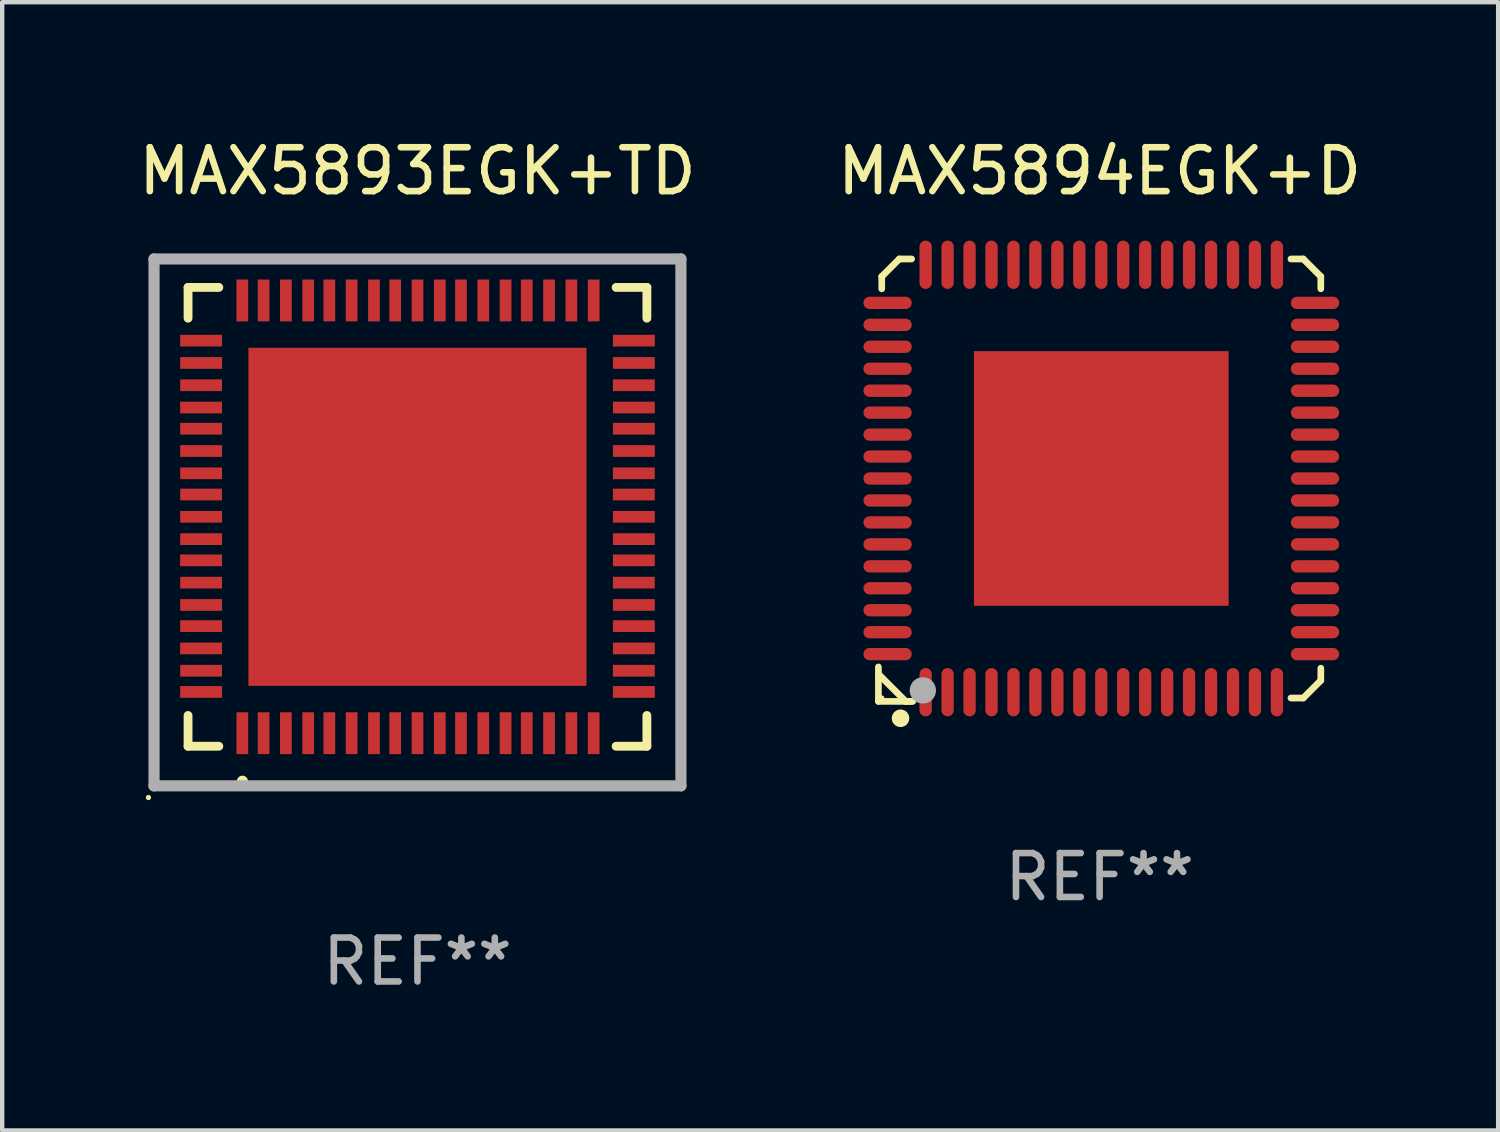
<source format=kicad_pcb>
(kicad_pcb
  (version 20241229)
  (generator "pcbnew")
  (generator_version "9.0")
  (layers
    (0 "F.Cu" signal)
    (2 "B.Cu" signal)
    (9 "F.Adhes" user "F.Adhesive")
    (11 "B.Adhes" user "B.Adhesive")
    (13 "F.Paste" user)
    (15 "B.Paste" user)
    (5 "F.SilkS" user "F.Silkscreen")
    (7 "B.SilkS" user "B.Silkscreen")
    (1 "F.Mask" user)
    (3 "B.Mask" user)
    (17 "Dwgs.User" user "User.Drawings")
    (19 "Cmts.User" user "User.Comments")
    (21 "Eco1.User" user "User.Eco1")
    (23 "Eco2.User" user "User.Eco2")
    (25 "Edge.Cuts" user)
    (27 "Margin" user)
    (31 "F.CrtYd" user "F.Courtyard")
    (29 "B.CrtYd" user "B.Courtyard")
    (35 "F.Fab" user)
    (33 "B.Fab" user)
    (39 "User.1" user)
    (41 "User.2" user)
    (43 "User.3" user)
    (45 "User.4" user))
  (footprint "MAX5893EGK+TD"
    (layer "F.Cu")
    (at 6.458 8.848)
    (property "Reference" "MAX5893EGK+TD" (at 0 -8 0) (layer "F.SilkS") (effects (font (size 1 1) (thickness 0.15))))
    (attr through_hole)
    (fp_line (start -5.225 -5.352) (end -4.524 -5.352) (stroke (width 0.201) (type solid)) (layer "F.SilkS"))
    (fp_line (start -5.225 -4.651) (end -5.225 -5.352) (stroke (width 0.201) (type solid)) (layer "F.SilkS"))
    (fp_line (start -5.225 5.098) (end -5.225 4.397) (stroke (width 0.201) (type solid)) (layer "F.SilkS"))
    (fp_line (start -4.524 5.098) (end -5.225 5.098) (stroke (width 0.201) (type solid)) (layer "F.SilkS"))
    (fp_line (start 5.225 -5.352) (end 4.524 -5.352) (stroke (width 0.201) (type solid)) (layer "F.SilkS"))
    (fp_line (start 5.225 -4.651) (end 5.225 -5.352) (stroke (width 0.201) (type solid)) (layer "F.SilkS"))
    (fp_line (start 5.225 4.397) (end 5.225 5.098) (stroke (width 0.201) (type solid)) (layer "F.SilkS"))
    (fp_line (start 5.225 5.098) (end 4.524 5.098) (stroke (width 0.201) (type solid)) (layer "F.SilkS"))
    (fp_arc (start -3.987808 5.892812) (mid -3.986538 5.892806) (end -3.985268 5.892812) (stroke (width 0.24892) (type solid)) (layer "F.SilkS"))
    (fp_circle (center -6.127 6.266) (end -6.097 6.266) (stroke (width 0.06) (type solid)) (fill no) (layer "F.SilkS"))
    (fp_line (start -6 -6) (end 6 -6) (stroke (width 0.254) (type solid)) (layer "F.Fab"))
    (fp_line (start -6 6) (end -6 -6) (stroke (width 0.254) (type solid)) (layer "F.Fab"))
    (fp_line (start 6 -6) (end 6 6) (stroke (width 0.254) (type solid)) (layer "F.Fab"))
    (fp_line (start 6 6) (end -6 6) (stroke (width 0.254) (type solid)) (layer "F.Fab"))
    (fp_text user "REF**" (at 0 10 0) (layer "F.Fab") (effects (font (size 1 1) (thickness 0.15))))
    (pad "1" smd rect (at -3.988 4.801 180) (size 0.267 0.953) (layers "F.Cu" "F.Mask" "F.Paste"))
    (pad "2" smd rect (at -3.505 4.801 180) (size 0.267 0.953) (layers "F.Cu" "F.Mask" "F.Paste"))
    (pad "3" smd rect (at -2.997 4.801 180) (size 0.267 0.953) (layers "F.Cu" "F.Mask" "F.Paste"))
    (pad "4" smd rect (at -2.489 4.801 180) (size 0.267 0.953) (layers "F.Cu" "F.Mask" "F.Paste"))
    (pad "5" smd rect (at -2.007 4.801 180) (size 0.267 0.953) (layers "F.Cu" "F.Mask" "F.Paste"))
    (pad "6" smd rect (at -1.499 4.801 180) (size 0.267 0.953) (layers "F.Cu" "F.Mask" "F.Paste"))
    (pad "7" smd rect (at -0.991 4.801 180) (size 0.267 0.953) (layers "F.Cu" "F.Mask" "F.Paste"))
    (pad "8" smd rect (at -0.508 4.801 180) (size 0.267 0.953) (layers "F.Cu" "F.Mask" "F.Paste"))
    (pad "9" smd rect (at 0 4.801 180) (size 0.267 0.953) (layers "F.Cu" "F.Mask" "F.Paste"))
    (pad "10" smd rect (at 0.508 4.801 180) (size 0.267 0.953) (layers "F.Cu" "F.Mask" "F.Paste"))
    (pad "11" smd rect (at 0.991 4.801 180) (size 0.267 0.953) (layers "F.Cu" "F.Mask" "F.Paste"))
    (pad "12" smd rect (at 1.499 4.801 180) (size 0.267 0.953) (layers "F.Cu" "F.Mask" "F.Paste"))
    (pad "13" smd rect (at 2.007 4.801 180) (size 0.267 0.953) (layers "F.Cu" "F.Mask" "F.Paste"))
    (pad "14" smd rect (at 2.489 4.801 180) (size 0.267 0.953) (layers "F.Cu" "F.Mask" "F.Paste"))
    (pad "15" smd rect (at 2.997 4.801 180) (size 0.267 0.953) (layers "F.Cu" "F.Mask" "F.Paste"))
    (pad "16" smd rect (at 3.505 4.801 180) (size 0.267 0.953) (layers "F.Cu" "F.Mask" "F.Paste"))
    (pad "17" smd rect (at 4.013 4.801 180) (size 0.267 0.953) (layers "F.Cu" "F.Mask" "F.Paste"))
    (pad "18" smd rect (at 4.928 3.861 90) (size 0.267 0.953) (layers "F.Cu" "F.Mask" "F.Paste"))
    (pad "19" smd rect (at 4.928 3.378 90) (size 0.267 0.953) (layers "F.Cu" "F.Mask" "F.Paste"))
    (pad "20" smd rect (at 4.928 2.87 90) (size 0.267 0.953) (layers "F.Cu" "F.Mask" "F.Paste"))
    (pad "21" smd rect (at 4.928 2.362 90) (size 0.267 0.953) (layers "F.Cu" "F.Mask" "F.Paste"))
    (pad "22" smd rect (at 4.928 1.88 90) (size 0.267 0.953) (layers "F.Cu" "F.Mask" "F.Paste"))
    (pad "23" smd rect (at 4.928 1.372 90) (size 0.267 0.953) (layers "F.Cu" "F.Mask" "F.Paste"))
    (pad "24" smd rect (at 4.928 0.864 90) (size 0.267 0.953) (layers "F.Cu" "F.Mask" "F.Paste"))
    (pad "25" smd rect (at 4.928 0.381 90) (size 0.267 0.953) (layers "F.Cu" "F.Mask" "F.Paste"))
    (pad "26" smd rect (at 4.928 -0.127 90) (size 0.267 0.953) (layers "F.Cu" "F.Mask" "F.Paste"))
    (pad "27" smd rect (at 4.928 -0.635 90) (size 0.267 0.953) (layers "F.Cu" "F.Mask" "F.Paste"))
    (pad "28" smd rect (at 4.928 -1.118 90) (size 0.267 0.953) (layers "F.Cu" "F.Mask" "F.Paste"))
    (pad "29" smd rect (at 4.928 -1.626 90) (size 0.267 0.953) (layers "F.Cu" "F.Mask" "F.Paste"))
    (pad "30" smd rect (at 4.928 -2.134 90) (size 0.267 0.953) (layers "F.Cu" "F.Mask" "F.Paste"))
    (pad "31" smd rect (at 4.928 -2.616 90) (size 0.267 0.953) (layers "F.Cu" "F.Mask" "F.Paste"))
    (pad "32" smd rect (at 4.928 -3.124 90) (size 0.267 0.953) (layers "F.Cu" "F.Mask" "F.Paste"))
    (pad "33" smd rect (at 4.928 -3.632 90) (size 0.267 0.953) (layers "F.Cu" "F.Mask" "F.Paste"))
    (pad "34" smd rect (at 4.928 -4.14 90) (size 0.267 0.953) (layers "F.Cu" "F.Mask" "F.Paste"))
    (pad "35" smd rect (at 4.013 -5.055 180) (size 0.267 0.953) (layers "F.Cu" "F.Mask" "F.Paste"))
    (pad "36" smd rect (at 3.505 -5.055 180) (size 0.267 0.953) (layers "F.Cu" "F.Mask" "F.Paste"))
    (pad "37" smd rect (at 2.997 -5.055 180) (size 0.267 0.953) (layers "F.Cu" "F.Mask" "F.Paste"))
    (pad "38" smd rect (at 2.489 -5.055 180) (size 0.267 0.953) (layers "F.Cu" "F.Mask" "F.Paste"))
    (pad "39" smd rect (at 2.007 -5.055 180) (size 0.267 0.953) (layers "F.Cu" "F.Mask" "F.Paste"))
    (pad "40" smd rect (at 1.499 -5.055 180) (size 0.267 0.953) (layers "F.Cu" "F.Mask" "F.Paste"))
    (pad "41" smd rect (at 0.991 -5.055 180) (size 0.267 0.953) (layers "F.Cu" "F.Mask" "F.Paste"))
    (pad "42" smd rect (at 0.508 -5.055 180) (size 0.267 0.953) (layers "F.Cu" "F.Mask" "F.Paste"))
    (pad "43" smd rect (at 0 -5.055 180) (size 0.267 0.953) (layers "F.Cu" "F.Mask" "F.Paste"))
    (pad "44" smd rect (at -0.508 -5.055 180) (size 0.267 0.953) (layers "F.Cu" "F.Mask" "F.Paste"))
    (pad "45" smd rect (at -0.991 -5.055 180) (size 0.267 0.953) (layers "F.Cu" "F.Mask" "F.Paste"))
    (pad "46" smd rect (at -1.499 -5.055 180) (size 0.267 0.953) (layers "F.Cu" "F.Mask" "F.Paste"))
    (pad "47" smd rect (at -2.007 -5.055 180) (size 0.267 0.953) (layers "F.Cu" "F.Mask" "F.Paste"))
    (pad "48" smd rect (at -2.489 -5.055 180) (size 0.267 0.953) (layers "F.Cu" "F.Mask" "F.Paste"))
    (pad "49" smd rect (at -2.997 -5.055 180) (size 0.267 0.953) (layers "F.Cu" "F.Mask" "F.Paste"))
    (pad "50" smd rect (at -3.505 -5.055 180) (size 0.267 0.953) (layers "F.Cu" "F.Mask" "F.Paste"))
    (pad "51" smd rect (at -3.988 -5.055 180) (size 0.267 0.953) (layers "F.Cu" "F.Mask" "F.Paste"))
    (pad "52" smd rect (at -4.928 -4.14 90) (size 0.267 0.953) (layers "F.Cu" "F.Mask" "F.Paste"))
    (pad "53" smd rect (at -4.928 -3.632 90) (size 0.267 0.953) (layers "F.Cu" "F.Mask" "F.Paste"))
    (pad "54" smd rect (at -4.928 -3.124 90) (size 0.267 0.953) (layers "F.Cu" "F.Mask" "F.Paste"))
    (pad "55" smd rect (at -4.928 -2.616 90) (size 0.267 0.953) (layers "F.Cu" "F.Mask" "F.Paste"))
    (pad "56" smd rect (at -4.928 -2.134 90) (size 0.267 0.953) (layers "F.Cu" "F.Mask" "F.Paste"))
    (pad "57" smd rect (at -4.928 -1.626 90) (size 0.267 0.953) (layers "F.Cu" "F.Mask" "F.Paste"))
    (pad "58" smd rect (at -4.928 -1.118 90) (size 0.267 0.953) (layers "F.Cu" "F.Mask" "F.Paste"))
    (pad "59" smd rect (at -4.928 -0.635 90) (size 0.267 0.953) (layers "F.Cu" "F.Mask" "F.Paste"))
    (pad "60" smd rect (at -4.928 -0.127 90) (size 0.267 0.953) (layers "F.Cu" "F.Mask" "F.Paste"))
    (pad "61" smd rect (at -4.928 0.381 90) (size 0.267 0.953) (layers "F.Cu" "F.Mask" "F.Paste"))
    (pad "62" smd rect (at -4.928 0.864 90) (size 0.267 0.953) (layers "F.Cu" "F.Mask" "F.Paste"))
    (pad "63" smd rect (at -4.928 1.372 90) (size 0.267 0.953) (layers "F.Cu" "F.Mask" "F.Paste"))
    (pad "64" smd rect (at -4.928 1.88 90) (size 0.267 0.953) (layers "F.Cu" "F.Mask" "F.Paste"))
    (pad "65" smd rect (at -4.928 2.362 90) (size 0.267 0.953) (layers "F.Cu" "F.Mask" "F.Paste"))
    (pad "66" smd rect (at -4.928 2.87 90) (size 0.267 0.953) (layers "F.Cu" "F.Mask" "F.Paste"))
    (pad "67" smd rect (at -4.928 3.378 90) (size 0.267 0.953) (layers "F.Cu" "F.Mask" "F.Paste"))
    (pad "68" smd rect (at -4.928 3.861 90) (size 0.267 0.953) (layers "F.Cu" "F.Mask" "F.Paste"))
    (pad "69" smd rect (at 0 -0.127 90) (size 7.7 7.7) (layers "F.Cu" "F.Mask" "F.Paste")))
  (footprint "MAX5894EGK+D"
    (layer "F.Cu")
    (at 21.994 7.886)
    (property "Reference" "MAX5894EGK+D" (at 0 -7.038 0) (layer "F.SilkS") (effects (font (size 1 1) (thickness 0.15))))
    (attr through_hole)
    (fp_line (start -5.038 5.038) (end -5.038 4.254) (stroke (width 0.152) (type solid)) (layer "F.SilkS"))
    (fp_line (start -4.962 -4.638) (end -4.562 -5.038) (stroke (width 0.152) (type solid)) (layer "F.SilkS"))
    (fp_line (start -4.962 -4.358) (end -4.962 -4.638) (stroke (width 0.152) (type solid)) (layer "F.SilkS"))
    (fp_line (start -4.562 -5.038) (end -4.282 -5.038) (stroke (width 0.152) (type solid)) (layer "F.SilkS"))
    (fp_line (start -4.416 5.038) (end -5.038 4.416) (stroke (width 0.152) (type solid)) (layer "F.SilkS"))
    (fp_line (start -4.282 5.038) (end -4.416 5.038) (stroke (width 0.152) (type solid)) (layer "F.SilkS"))
    (fp_line (start -4.254 5.038) (end -5.038 5.038) (stroke (width 0.152) (type solid)) (layer "F.SilkS"))
    (fp_line (start 4.358 -5.038) (end 4.638 -5.038) (stroke (width 0.152) (type solid)) (layer "F.SilkS"))
    (fp_line (start 4.638 -5.038) (end 5.038 -4.638) (stroke (width 0.152) (type solid)) (layer "F.SilkS"))
    (fp_line (start 4.638 4.962) (end 4.358 4.962) (stroke (width 0.152) (type solid)) (layer "F.SilkS"))
    (fp_line (start 5.038 -4.638) (end 5.038 -4.358) (stroke (width 0.152) (type solid)) (layer "F.SilkS"))
    (fp_line (start 5.038 4.282) (end 5.038 4.562) (stroke (width 0.152) (type solid)) (layer "F.SilkS"))
    (fp_line (start 5.038 4.562) (end 4.638 4.962) (stroke (width 0.152) (type solid)) (layer "F.SilkS"))
    (fp_circle (center -4.962 4.962) (end -4.932 4.962) (stroke (width 0.06) (type solid)) (fill no) (layer "F.SilkS"))
    (fp_circle (center -4.534 5.423) (end -4.434 5.423) (stroke (width 0.2) (type solid)) (fill no) (layer "F.SilkS"))
    (fp_circle (center -4.026 4.788) (end -3.876 4.788) (stroke (width 0.3) (type solid)) (fill no) (layer "F.Fab"))
    (fp_text user "REF**" (at 0 9.038 0) (layer "F.Fab") (effects (font (size 1 1) (thickness 0.15))))
    (pad "1" smd oval (at -3.962 4.829) (size 0.28 1.1) (layers "F.Cu" "F.Mask" "F.Paste"))
    (pad "2" smd oval (at -3.462 4.829) (size 0.28 1.1) (layers "F.Cu" "F.Mask" "F.Paste"))
    (pad "3" smd oval (at -2.962 4.829) (size 0.28 1.1) (layers "F.Cu" "F.Mask" "F.Paste"))
    (pad "4" smd oval (at -2.462 4.829) (size 0.28 1.1) (layers "F.Cu" "F.Mask" "F.Paste"))
    (pad "5" smd oval (at -1.962 4.829) (size 0.28 1.1) (layers "F.Cu" "F.Mask" "F.Paste"))
    (pad "6" smd oval (at -1.462 4.829) (size 0.28 1.1) (layers "F.Cu" "F.Mask" "F.Paste"))
    (pad "7" smd oval (at -0.962 4.829) (size 0.28 1.1) (layers "F.Cu" "F.Mask" "F.Paste"))
    (pad "8" smd oval (at -0.462 4.829) (size 0.28 1.1) (layers "F.Cu" "F.Mask" "F.Paste"))
    (pad "9" smd oval (at 0.038 4.829) (size 0.28 1.1) (layers "F.Cu" "F.Mask" "F.Paste"))
    (pad "10" smd oval (at 0.538 4.829) (size 0.28 1.1) (layers "F.Cu" "F.Mask" "F.Paste"))
    (pad "11" smd oval (at 1.038 4.829) (size 0.28 1.1) (layers "F.Cu" "F.Mask" "F.Paste"))
    (pad "12" smd oval (at 1.538 4.829) (size 0.28 1.1) (layers "F.Cu" "F.Mask" "F.Paste"))
    (pad "13" smd oval (at 2.038 4.829) (size 0.28 1.1) (layers "F.Cu" "F.Mask" "F.Paste"))
    (pad "14" smd oval (at 2.538 4.829) (size 0.28 1.1) (layers "F.Cu" "F.Mask" "F.Paste"))
    (pad "15" smd oval (at 3.038 4.829) (size 0.28 1.1) (layers "F.Cu" "F.Mask" "F.Paste"))
    (pad "16" smd oval (at 3.538 4.829) (size 0.28 1.1) (layers "F.Cu" "F.Mask" "F.Paste"))
    (pad "17" smd oval (at 4.038 4.829) (size 0.28 1.1) (layers "F.Cu" "F.Mask" "F.Paste"))
    (pad "18" smd oval (at 4.906 3.962) (size 1.1 0.28) (layers "F.Cu" "F.Mask" "F.Paste"))
    (pad "19" smd oval (at 4.906 3.462) (size 1.1 0.28) (layers "F.Cu" "F.Mask" "F.Paste"))
    (pad "20" smd oval (at 4.906 2.962) (size 1.1 0.28) (layers "F.Cu" "F.Mask" "F.Paste"))
    (pad "21" smd oval (at 4.906 2.462) (size 1.1 0.28) (layers "F.Cu" "F.Mask" "F.Paste"))
    (pad "22" smd oval (at 4.906 1.962) (size 1.1 0.28) (layers "F.Cu" "F.Mask" "F.Paste"))
    (pad "23" smd oval (at 4.906 1.462) (size 1.1 0.28) (layers "F.Cu" "F.Mask" "F.Paste"))
    (pad "24" smd oval (at 4.906 0.962) (size 1.1 0.28) (layers "F.Cu" "F.Mask" "F.Paste"))
    (pad "25" smd oval (at 4.906 0.462) (size 1.1 0.28) (layers "F.Cu" "F.Mask" "F.Paste"))
    (pad "26" smd oval (at 4.906 -0.038) (size 1.1 0.28) (layers "F.Cu" "F.Mask" "F.Paste"))
    (pad "27" smd oval (at 4.906 -0.538) (size 1.1 0.28) (layers "F.Cu" "F.Mask" "F.Paste"))
    (pad "28" smd oval (at 4.906 -1.038) (size 1.1 0.28) (layers "F.Cu" "F.Mask" "F.Paste"))
    (pad "29" smd oval (at 4.906 -1.538) (size 1.1 0.28) (layers "F.Cu" "F.Mask" "F.Paste"))
    (pad "30" smd oval (at 4.906 -2.038) (size 1.1 0.28) (layers "F.Cu" "F.Mask" "F.Paste"))
    (pad "31" smd oval (at 4.906 -2.538) (size 1.1 0.28) (layers "F.Cu" "F.Mask" "F.Paste"))
    (pad "32" smd oval (at 4.906 -3.038) (size 1.1 0.28) (layers "F.Cu" "F.Mask" "F.Paste"))
    (pad "33" smd oval (at 4.906 -3.538) (size 1.1 0.28) (layers "F.Cu" "F.Mask" "F.Paste"))
    (pad "34" smd oval (at 4.906 -4.038) (size 1.1 0.28) (layers "F.Cu" "F.Mask" "F.Paste"))
    (pad "35" smd oval (at 4.038 -4.906) (size 0.28 1.1) (layers "F.Cu" "F.Mask" "F.Paste"))
    (pad "36" smd oval (at 3.538 -4.906) (size 0.28 1.1) (layers "F.Cu" "F.Mask" "F.Paste"))
    (pad "37" smd oval (at 3.038 -4.906) (size 0.28 1.1) (layers "F.Cu" "F.Mask" "F.Paste"))
    (pad "38" smd oval (at 2.538 -4.906) (size 0.28 1.1) (layers "F.Cu" "F.Mask" "F.Paste"))
    (pad "39" smd oval (at 2.038 -4.906) (size 0.28 1.1) (layers "F.Cu" "F.Mask" "F.Paste"))
    (pad "40" smd oval (at 1.538 -4.906) (size 0.28 1.1) (layers "F.Cu" "F.Mask" "F.Paste"))
    (pad "41" smd oval (at 1.038 -4.906) (size 0.28 1.1) (layers "F.Cu" "F.Mask" "F.Paste"))
    (pad "42" smd oval (at 0.538 -4.906) (size 0.28 1.1) (layers "F.Cu" "F.Mask" "F.Paste"))
    (pad "43" smd oval (at 0.038 -4.906) (size 0.28 1.1) (layers "F.Cu" "F.Mask" "F.Paste"))
    (pad "44" smd oval (at -0.462 -4.906) (size 0.28 1.1) (layers "F.Cu" "F.Mask" "F.Paste"))
    (pad "45" smd oval (at -0.962 -4.906) (size 0.28 1.1) (layers "F.Cu" "F.Mask" "F.Paste"))
    (pad "46" smd oval (at -1.462 -4.906) (size 0.28 1.1) (layers "F.Cu" "F.Mask" "F.Paste"))
    (pad "47" smd oval (at -1.962 -4.906) (size 0.28 1.1) (layers "F.Cu" "F.Mask" "F.Paste"))
    (pad "48" smd oval (at -2.462 -4.906) (size 0.28 1.1) (layers "F.Cu" "F.Mask" "F.Paste"))
    (pad "49" smd oval (at -2.962 -4.906) (size 0.28 1.1) (layers "F.Cu" "F.Mask" "F.Paste"))
    (pad "50" smd oval (at -3.462 -4.906) (size 0.28 1.1) (layers "F.Cu" "F.Mask" "F.Paste"))
    (pad "51" smd oval (at -3.962 -4.906) (size 0.28 1.1) (layers "F.Cu" "F.Mask" "F.Paste"))
    (pad "52" smd oval (at -4.829 -4.038) (size 1.1 0.28) (layers "F.Cu" "F.Mask" "F.Paste"))
    (pad "53" smd oval (at -4.829 -3.538) (size 1.1 0.28) (layers "F.Cu" "F.Mask" "F.Paste"))
    (pad "54" smd oval (at -4.829 -3.038) (size 1.1 0.28) (layers "F.Cu" "F.Mask" "F.Paste"))
    (pad "55" smd oval (at -4.829 -2.538) (size 1.1 0.28) (layers "F.Cu" "F.Mask" "F.Paste"))
    (pad "56" smd oval (at -4.829 -2.038) (size 1.1 0.28) (layers "F.Cu" "F.Mask" "F.Paste"))
    (pad "57" smd oval (at -4.829 -1.538) (size 1.1 0.28) (layers "F.Cu" "F.Mask" "F.Paste"))
    (pad "58" smd oval (at -4.829 -1.038) (size 1.1 0.28) (layers "F.Cu" "F.Mask" "F.Paste"))
    (pad "59" smd oval (at -4.829 -0.538) (size 1.1 0.28) (layers "F.Cu" "F.Mask" "F.Paste"))
    (pad "60" smd oval (at -4.829 -0.038) (size 1.1 0.28) (layers "F.Cu" "F.Mask" "F.Paste"))
    (pad "61" smd oval (at -4.829 0.462) (size 1.1 0.28) (layers "F.Cu" "F.Mask" "F.Paste"))
    (pad "62" smd oval (at -4.829 0.962) (size 1.1 0.28) (layers "F.Cu" "F.Mask" "F.Paste"))
    (pad "63" smd oval (at -4.829 1.462) (size 1.1 0.28) (layers "F.Cu" "F.Mask" "F.Paste"))
    (pad "64" smd oval (at -4.829 1.962) (size 1.1 0.28) (layers "F.Cu" "F.Mask" "F.Paste"))
    (pad "65" smd oval (at -4.829 2.462) (size 1.1 0.28) (layers "F.Cu" "F.Mask" "F.Paste"))
    (pad "66" smd oval (at -4.829 2.962) (size 1.1 0.28) (layers "F.Cu" "F.Mask" "F.Paste"))
    (pad "67" smd oval (at -4.829 3.462) (size 1.1 0.28) (layers "F.Cu" "F.Mask" "F.Paste"))
    (pad "68" smd oval (at -4.829 3.962) (size 1.1 0.28) (layers "F.Cu" "F.Mask" "F.Paste"))
    (pad "69" smd rect (at 0.038 -0.038) (size 5.8 5.8) (layers "F.Cu" "F.Mask" "F.Paste")))
  (gr_rect
    (start -3 -3)
    (end 31.071 22.697)
    (stroke (width 0.1) (type default))
    (fill no)
    (layer "Edge.Cuts")))
</source>
